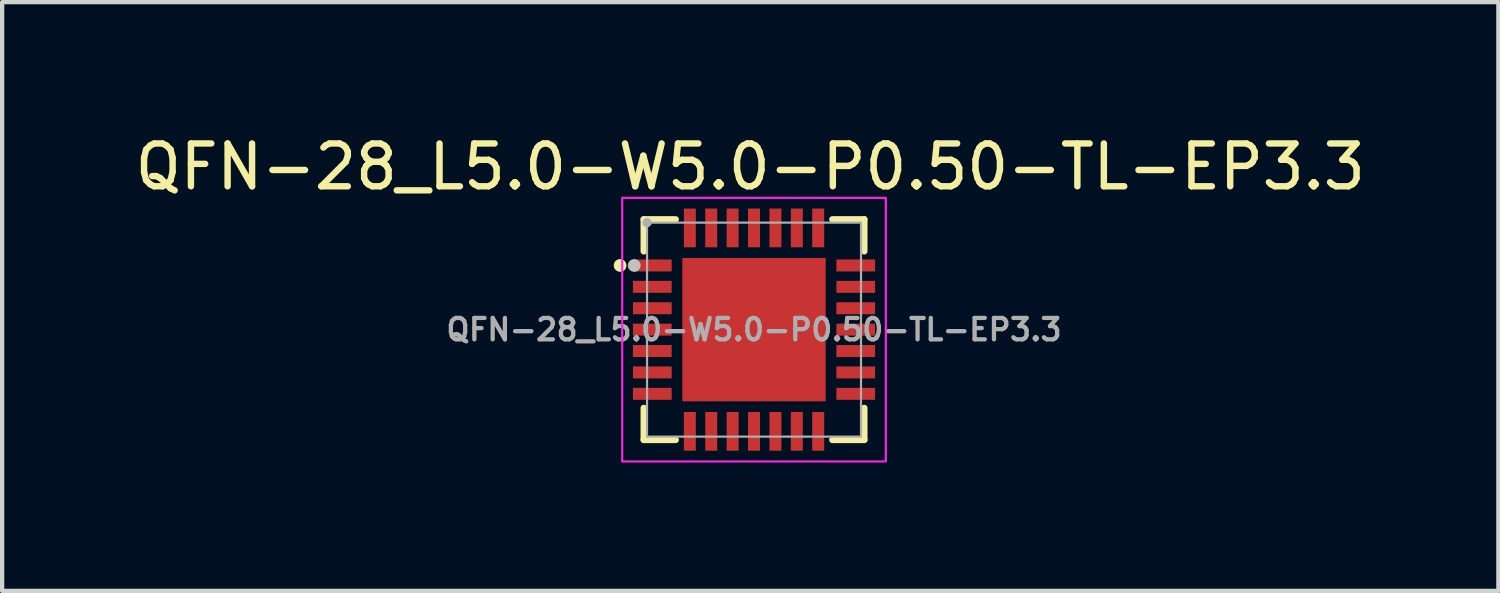
<source format=kicad_pcb>
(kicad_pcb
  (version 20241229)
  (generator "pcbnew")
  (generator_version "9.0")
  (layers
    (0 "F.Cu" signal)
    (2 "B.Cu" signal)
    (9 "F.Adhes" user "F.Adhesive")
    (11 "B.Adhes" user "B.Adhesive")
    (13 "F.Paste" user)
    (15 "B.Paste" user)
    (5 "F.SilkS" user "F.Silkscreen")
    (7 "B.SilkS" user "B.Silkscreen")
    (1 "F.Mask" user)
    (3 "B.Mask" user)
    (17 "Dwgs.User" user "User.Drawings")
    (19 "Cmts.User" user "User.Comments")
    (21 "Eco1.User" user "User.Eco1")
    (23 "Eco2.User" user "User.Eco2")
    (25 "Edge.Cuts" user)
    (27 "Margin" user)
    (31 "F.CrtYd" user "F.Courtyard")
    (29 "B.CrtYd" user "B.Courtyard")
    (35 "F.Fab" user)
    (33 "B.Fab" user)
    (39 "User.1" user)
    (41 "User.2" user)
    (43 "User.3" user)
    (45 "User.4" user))
  (footprint "QFN-28_L5.0-W5.0-P0.50-TL-EP3.3"
    (layer "F.Cu")
    (at 14.57 4.653)
    (property "Reference" "QFN-28_L5.0-W5.0-P0.50-TL-EP3.3" (at -0.087 -3.805 0) (layer "F.SilkS") (effects (font (size 1 1) (thickness 0.15))))
    (fp_line (start -2.576 -2.576) (end -2.576 -1.831) (stroke (width 0.152) (type default)) (layer "F.SilkS"))
    (fp_line (start -2.576 2.576) (end -2.576 1.831) (stroke (width 0.152) (type default)) (layer "F.SilkS"))
    (fp_line (start -1.831 -2.576) (end -2.576 -2.576) (stroke (width 0.152) (type default)) (layer "F.SilkS"))
    (fp_line (start -1.831 2.576) (end -2.576 2.576) (stroke (width 0.152) (type default)) (layer "F.SilkS"))
    (fp_line (start 1.831 -2.576) (end 2.576 -2.576) (stroke (width 0.152) (type default)) (layer "F.SilkS"))
    (fp_line (start 1.831 2.576) (end 2.576 2.576) (stroke (width 0.152) (type default)) (layer "F.SilkS"))
    (fp_line (start 2.576 -2.576) (end 2.576 -1.831) (stroke (width 0.152) (type default)) (layer "F.SilkS"))
    (fp_line (start 2.576 2.576) (end 2.576 1.831) (stroke (width 0.152) (type default)) (layer "F.SilkS"))
    (fp_circle (center -3.13 -1.5) (end -3.055 -1.5) (stroke (width 0.15) (type default)) (fill no) (layer "F.SilkS"))
    (fp_poly (pts (xy -2.83 -1.64) (xy -1.925 -1.64) (xy -1.925 -1.36) (xy -2.83 -1.36)) (stroke (width 0) (type default)) (fill yes) (layer "F.Paste"))
    (fp_poly (pts (xy -2.83 -1.14) (xy -1.925 -1.14) (xy -1.925 -0.86) (xy -2.83 -0.86)) (stroke (width 0) (type default)) (fill yes) (layer "F.Paste"))
    (fp_poly (pts (xy -2.83 -0.64) (xy -1.925 -0.64) (xy -1.925 -0.36) (xy -2.83 -0.36)) (stroke (width 0) (type default)) (fill yes) (layer "F.Paste"))
    (fp_poly (pts (xy -2.83 -0.14) (xy -1.925 -0.14) (xy -1.925 0.14) (xy -2.83 0.14)) (stroke (width 0) (type default)) (fill yes) (layer "F.Paste"))
    (fp_poly (pts (xy -2.83 0.36) (xy -1.925 0.36) (xy -1.925 0.64) (xy -2.83 0.64)) (stroke (width 0) (type default)) (fill yes) (layer "F.Paste"))
    (fp_poly (pts (xy -2.83 0.86) (xy -1.925 0.86) (xy -1.925 1.14) (xy -2.83 1.14)) (stroke (width 0) (type default)) (fill yes) (layer "F.Paste"))
    (fp_poly (pts (xy -2.83 1.36) (xy -1.925 1.36) (xy -1.925 1.64) (xy -2.83 1.64)) (stroke (width 0) (type default)) (fill yes) (layer "F.Paste"))
    (fp_poly (pts (xy -1.64 -2.83) (xy -1.36 -2.83) (xy -1.36 -1.925) (xy -1.64 -1.925)) (stroke (width 0) (type default)) (fill yes) (layer "F.Paste"))
    (fp_poly (pts (xy -1.64 1.925) (xy -1.36 1.925) (xy -1.36 2.83) (xy -1.64 2.83)) (stroke (width 0) (type default)) (fill yes) (layer "F.Paste"))
    (fp_poly (pts (xy -1.35 -1.35) (xy 1.35 -1.35) (xy 1.35 1.35) (xy -1.35 1.35)) (stroke (width 0) (type default)) (fill yes) (layer "F.Paste"))
    (fp_poly (pts (xy -1.14 -2.83) (xy -0.86 -2.83) (xy -0.86 -1.925) (xy -1.14 -1.925)) (stroke (width 0) (type default)) (fill yes) (layer "F.Paste"))
    (fp_poly (pts (xy -1.14 1.925) (xy -0.86 1.925) (xy -0.86 2.83) (xy -1.14 2.83)) (stroke (width 0) (type default)) (fill yes) (layer "F.Paste"))
    (fp_poly (pts (xy -0.64 -2.83) (xy -0.36 -2.83) (xy -0.36 -1.925) (xy -0.64 -1.925)) (stroke (width 0) (type default)) (fill yes) (layer "F.Paste"))
    (fp_poly (pts (xy -0.64 1.925) (xy -0.36 1.925) (xy -0.36 2.83) (xy -0.64 2.83)) (stroke (width 0) (type default)) (fill yes) (layer "F.Paste"))
    (fp_poly (pts (xy -0.14 -2.83) (xy 0.14 -2.83) (xy 0.14 -1.925) (xy -0.14 -1.925)) (stroke (width 0) (type default)) (fill yes) (layer "F.Paste"))
    (fp_poly (pts (xy -0.14 1.925) (xy 0.14 1.925) (xy 0.14 2.83) (xy -0.14 2.83)) (stroke (width 0) (type default)) (fill yes) (layer "F.Paste"))
    (fp_poly (pts (xy 0.36 -2.83) (xy 0.64 -2.83) (xy 0.64 -1.925) (xy 0.36 -1.925)) (stroke (width 0) (type default)) (fill yes) (layer "F.Paste"))
    (fp_poly (pts (xy 0.36 1.925) (xy 0.64 1.925) (xy 0.64 2.83) (xy 0.36 2.83)) (stroke (width 0) (type default)) (fill yes) (layer "F.Paste"))
    (fp_poly (pts (xy 0.86 -2.83) (xy 1.14 -2.83) (xy 1.14 -1.925) (xy 0.86 -1.925)) (stroke (width 0) (type default)) (fill yes) (layer "F.Paste"))
    (fp_poly (pts (xy 0.86 1.925) (xy 1.14 1.925) (xy 1.14 2.83) (xy 0.86 2.83)) (stroke (width 0) (type default)) (fill yes) (layer "F.Paste"))
    (fp_poly (pts (xy 1.36 -2.83) (xy 1.64 -2.83) (xy 1.64 -1.925) (xy 1.36 -1.925)) (stroke (width 0) (type default)) (fill yes) (layer "F.Paste"))
    (fp_poly (pts (xy 1.36 1.925) (xy 1.64 1.925) (xy 1.64 2.83) (xy 1.36 2.83)) (stroke (width 0) (type default)) (fill yes) (layer "F.Paste"))
    (fp_poly (pts (xy 1.925 -1.64) (xy 2.83 -1.64) (xy 2.83 -1.36) (xy 1.925 -1.36)) (stroke (width 0) (type default)) (fill yes) (layer "F.Paste"))
    (fp_poly (pts (xy 1.925 -1.14) (xy 2.83 -1.14) (xy 2.83 -0.86) (xy 1.925 -0.86)) (stroke (width 0) (type default)) (fill yes) (layer "F.Paste"))
    (fp_poly (pts (xy 1.925 -0.64) (xy 2.83 -0.64) (xy 2.83 -0.36) (xy 1.925 -0.36)) (stroke (width 0) (type default)) (fill yes) (layer "F.Paste"))
    (fp_poly (pts (xy 1.925 -0.14) (xy 2.83 -0.14) (xy 2.83 0.14) (xy 1.925 0.14)) (stroke (width 0) (type default)) (fill yes) (layer "F.Paste"))
    (fp_poly (pts (xy 1.925 0.36) (xy 2.83 0.36) (xy 2.83 0.64) (xy 1.925 0.64)) (stroke (width 0) (type default)) (fill yes) (layer "F.Paste"))
    (fp_poly (pts (xy 1.925 0.86) (xy 2.83 0.86) (xy 2.83 1.14) (xy 1.925 1.14)) (stroke (width 0) (type default)) (fill yes) (layer "F.Paste"))
    (fp_poly (pts (xy 1.925 1.36) (xy 2.83 1.36) (xy 2.83 1.64) (xy 1.925 1.64)) (stroke (width 0) (type default)) (fill yes) (layer "F.Paste"))
    (fp_circle (center -2.8 -1.5) (end -2.725 -1.5) (stroke (width 0.15) (type default)) (fill no) (layer "Dwgs.User"))
    (fp_rect (start -3.08 -3.08) (end 3.08 3.08) (stroke (width 0.05) (type default)) (fill no) (layer "F.CrtYd"))
    (fp_line (start -2.5 -2.5) (end 2.5 -2.5) (stroke (width 0.051) (type default)) (layer "F.Fab"))
    (fp_line (start -2.5 2.5) (end -2.5 -2.5) (stroke (width 0.051) (type default)) (layer "F.Fab"))
    (fp_line (start 2.5 -2.5) (end 2.5 2.5) (stroke (width 0.051) (type default)) (layer "F.Fab"))
    (fp_line (start 2.5 2.5) (end -2.5 2.5) (stroke (width 0.051) (type default)) (layer "F.Fab"))
    (fp_poly (pts (xy -2.445 -2.523) (xy -2.477 -2.555) (xy -2.523 -2.555) (xy -2.555 -2.523) (xy -2.555 -2.477) (xy -2.523 -2.445) (xy -2.477 -2.445) (xy -2.445 -2.477)) (stroke (width 0.1) (type default)) (fill no) (layer "F.Fab"))
    (fp_poly (pts (xy -2.5 -1.62) (xy -1.95 -1.62) (xy -1.95 -1.38) (xy -2.5 -1.38)) (stroke (width 0.1) (type default)) (fill no) (layer "User.1"))
    (fp_poly (pts (xy -2.5 -1.12) (xy -1.95 -1.12) (xy -1.95 -0.88) (xy -2.5 -0.88)) (stroke (width 0.1) (type default)) (fill no) (layer "User.1"))
    (fp_poly (pts (xy -2.5 -0.62) (xy -1.95 -0.62) (xy -1.95 -0.38) (xy -2.5 -0.38)) (stroke (width 0.1) (type default)) (fill no) (layer "User.1"))
    (fp_poly (pts (xy -2.5 -0.12) (xy -1.95 -0.12) (xy -1.95 0.12) (xy -2.5 0.12)) (stroke (width 0.1) (type default)) (fill no) (layer "User.1"))
    (fp_poly (pts (xy -2.5 0.38) (xy -1.95 0.38) (xy -1.95 0.62) (xy -2.5 0.62)) (stroke (width 0.1) (type default)) (fill no) (layer "User.1"))
    (fp_poly (pts (xy -2.5 0.88) (xy -1.95 0.88) (xy -1.95 1.12) (xy -2.5 1.12)) (stroke (width 0.1) (type default)) (fill no) (layer "User.1"))
    (fp_poly (pts (xy -2.5 1.38) (xy -1.95 1.38) (xy -1.95 1.62) (xy -2.5 1.62)) (stroke (width 0.1) (type default)) (fill no) (layer "User.1"))
    (fp_poly (pts (xy -1.625 -1.625) (xy 1.625 -1.625) (xy 1.625 1.625) (xy -1.625 1.625)) (stroke (width 0.1) (type default)) (fill no) (layer "User.1"))
    (fp_poly (pts (xy -1.62 -1.95) (xy -1.38 -1.95) (xy -1.38 -2.5) (xy -1.62 -2.5)) (stroke (width 0.1) (type default)) (fill no) (layer "User.1"))
    (fp_poly (pts (xy -1.62 1.95) (xy -1.38 1.95) (xy -1.38 2.5) (xy -1.62 2.5)) (stroke (width 0.1) (type default)) (fill no) (layer "User.1"))
    (fp_poly (pts (xy -1.12 -1.95) (xy -0.88 -1.95) (xy -0.88 -2.5) (xy -1.12 -2.5)) (stroke (width 0.1) (type default)) (fill no) (layer "User.1"))
    (fp_poly (pts (xy -1.12 1.95) (xy -0.88 1.95) (xy -0.88 2.5) (xy -1.12 2.5)) (stroke (width 0.1) (type default)) (fill no) (layer "User.1"))
    (fp_poly (pts (xy -0.62 -1.95) (xy -0.38 -1.95) (xy -0.38 -2.5) (xy -0.62 -2.5)) (stroke (width 0.1) (type default)) (fill no) (layer "User.1"))
    (fp_poly (pts (xy -0.62 1.95) (xy -0.38 1.95) (xy -0.38 2.5) (xy -0.62 2.5)) (stroke (width 0.1) (type default)) (fill no) (layer "User.1"))
    (fp_poly (pts (xy -0.12 -1.95) (xy 0.12 -1.95) (xy 0.12 -2.5) (xy -0.12 -2.5)) (stroke (width 0.1) (type default)) (fill no) (layer "User.1"))
    (fp_poly (pts (xy -0.12 1.95) (xy 0.12 1.95) (xy 0.12 2.5) (xy -0.12 2.5)) (stroke (width 0.1) (type default)) (fill no) (layer "User.1"))
    (fp_poly (pts (xy 0.38 -1.95) (xy 0.62 -1.95) (xy 0.62 -2.5) (xy 0.38 -2.5)) (stroke (width 0.1) (type default)) (fill no) (layer "User.1"))
    (fp_poly (pts (xy 0.38 1.95) (xy 0.62 1.95) (xy 0.62 2.5) (xy 0.38 2.5)) (stroke (width 0.1) (type default)) (fill no) (layer "User.1"))
    (fp_poly (pts (xy 0.88 -1.95) (xy 1.12 -1.95) (xy 1.12 -2.5) (xy 0.88 -2.5)) (stroke (width 0.1) (type default)) (fill no) (layer "User.1"))
    (fp_poly (pts (xy 0.88 1.95) (xy 1.12 1.95) (xy 1.12 2.5) (xy 0.88 2.5)) (stroke (width 0.1) (type default)) (fill no) (layer "User.1"))
    (fp_poly (pts (xy 1.38 -1.95) (xy 1.62 -1.95) (xy 1.62 -2.5) (xy 1.38 -2.5)) (stroke (width 0.1) (type default)) (fill no) (layer "User.1"))
    (fp_poly (pts (xy 1.38 1.95) (xy 1.62 1.95) (xy 1.62 2.5) (xy 1.38 2.5)) (stroke (width 0.1) (type default)) (fill no) (layer "User.1"))
    (fp_poly (pts (xy 2.5 -1.62) (xy 1.95 -1.62) (xy 1.95 -1.38) (xy 2.5 -1.38)) (stroke (width 0.1) (type default)) (fill no) (layer "User.1"))
    (fp_poly (pts (xy 2.5 -1.12) (xy 1.95 -1.12) (xy 1.95 -0.88) (xy 2.5 -0.88)) (stroke (width 0.1) (type default)) (fill no) (layer "User.1"))
    (fp_poly (pts (xy 2.5 -0.62) (xy 1.95 -0.62) (xy 1.95 -0.38) (xy 2.5 -0.38)) (stroke (width 0.1) (type default)) (fill no) (layer "User.1"))
    (fp_poly (pts (xy 2.5 -0.12) (xy 1.95 -0.12) (xy 1.95 0.12) (xy 2.5 0.12)) (stroke (width 0.1) (type default)) (fill no) (layer "User.1"))
    (fp_poly (pts (xy 2.5 0.38) (xy 1.95 0.38) (xy 1.95 0.62) (xy 2.5 0.62)) (stroke (width 0.1) (type default)) (fill no) (layer "User.1"))
    (fp_poly (pts (xy 2.5 0.88) (xy 1.95 0.88) (xy 1.95 1.12) (xy 2.5 1.12)) (stroke (width 0.1) (type default)) (fill no) (layer "User.1"))
    (fp_poly (pts (xy 2.5 1.38) (xy 1.95 1.38) (xy 1.95 1.62) (xy 2.5 1.62)) (stroke (width 0.1) (type default)) (fill no) (layer "User.1"))
    (fp_text user "${REFERENCE}" (at 0 0 0) (layer "F.Fab") (effects (font (size 0.5 0.5) (thickness 0.1))))
    (pad "1" smd rect (at -2.377 -1.5) (size 0.905 0.28) (layers "F.Cu" "F.Mask" "F.Paste"))
    (pad "2" smd rect (at -2.377 -1) (size 0.905 0.28) (layers "F.Cu" "F.Mask" "F.Paste"))
    (pad "3" smd rect (at -2.377 -0.5) (size 0.905 0.28) (layers "F.Cu" "F.Mask" "F.Paste"))
    (pad "4" smd rect (at -2.377 0) (size 0.905 0.28) (layers "F.Cu" "F.Mask" "F.Paste"))
    (pad "5" smd rect (at -2.377 0.5) (size 0.905 0.28) (layers "F.Cu" "F.Mask" "F.Paste"))
    (pad "6" smd rect (at -2.377 1) (size 0.905 0.28) (layers "F.Cu" "F.Mask" "F.Paste"))
    (pad "7" smd rect (at -2.377 1.5) (size 0.905 0.28) (layers "F.Cu" "F.Mask" "F.Paste"))
    (pad "8" smd rect (at -1.5 2.377) (size 0.28 0.905) (layers "F.Cu" "F.Mask" "F.Paste"))
    (pad "9" smd rect (at -1 2.377) (size 0.28 0.905) (layers "F.Cu" "F.Mask" "F.Paste"))
    (pad "10" smd rect (at -0.5 2.377) (size 0.28 0.905) (layers "F.Cu" "F.Mask" "F.Paste"))
    (pad "11" smd rect (at 0 2.377) (size 0.28 0.905) (layers "F.Cu" "F.Mask" "F.Paste"))
    (pad "12" smd rect (at 0.5 2.377) (size 0.28 0.905) (layers "F.Cu" "F.Mask" "F.Paste"))
    (pad "13" smd rect (at 1 2.377) (size 0.28 0.905) (layers "F.Cu" "F.Mask" "F.Paste"))
    (pad "14" smd rect (at 1.5 2.377) (size 0.28 0.905) (layers "F.Cu" "F.Mask" "F.Paste"))
    (pad "15" smd rect (at 2.377 1.5) (size 0.905 0.28) (layers "F.Cu" "F.Mask" "F.Paste"))
    (pad "16" smd rect (at 2.377 1) (size 0.905 0.28) (layers "F.Cu" "F.Mask" "F.Paste"))
    (pad "17" smd rect (at 2.377 0.5) (size 0.905 0.28) (layers "F.Cu" "F.Mask" "F.Paste"))
    (pad "18" smd rect (at 2.377 0) (size 0.905 0.28) (layers "F.Cu" "F.Mask" "F.Paste"))
    (pad "19" smd rect (at 2.377 -0.5) (size 0.905 0.28) (layers "F.Cu" "F.Mask" "F.Paste"))
    (pad "20" smd rect (at 2.377 -1) (size 0.905 0.28) (layers "F.Cu" "F.Mask" "F.Paste"))
    (pad "21" smd rect (at 2.377 -1.5) (size 0.905 0.28) (layers "F.Cu" "F.Mask" "F.Paste"))
    (pad "22" smd rect (at 1.5 -2.377) (size 0.28 0.905) (layers "F.Cu" "F.Mask" "F.Paste"))
    (pad "23" smd rect (at 1 -2.377) (size 0.28 0.905) (layers "F.Cu" "F.Mask" "F.Paste"))
    (pad "24" smd rect (at 0.5 -2.377) (size 0.28 0.905) (layers "F.Cu" "F.Mask" "F.Paste"))
    (pad "25" smd rect (at 0 -2.377) (size 0.28 0.905) (layers "F.Cu" "F.Mask" "F.Paste"))
    (pad "26" smd rect (at -0.5 -2.377) (size 0.28 0.905) (layers "F.Cu" "F.Mask" "F.Paste"))
    (pad "27" smd rect (at -1 -2.377) (size 0.28 0.905) (layers "F.Cu" "F.Mask" "F.Paste"))
    (pad "28" smd rect (at -1.5 -2.377) (size 0.28 0.905) (layers "F.Cu" "F.Mask" "F.Paste"))
    (pad "29" smd rect (at 0 0) (size 3.35 3.35) (layers "F.Cu" "F.Mask" "F.Paste")))
  (gr_rect
    (start -3 -3)
    (end 31.964 10.758)
    (stroke (width 0.1) (type default))
    (fill no)
    (layer "Edge.Cuts")))
</source>
